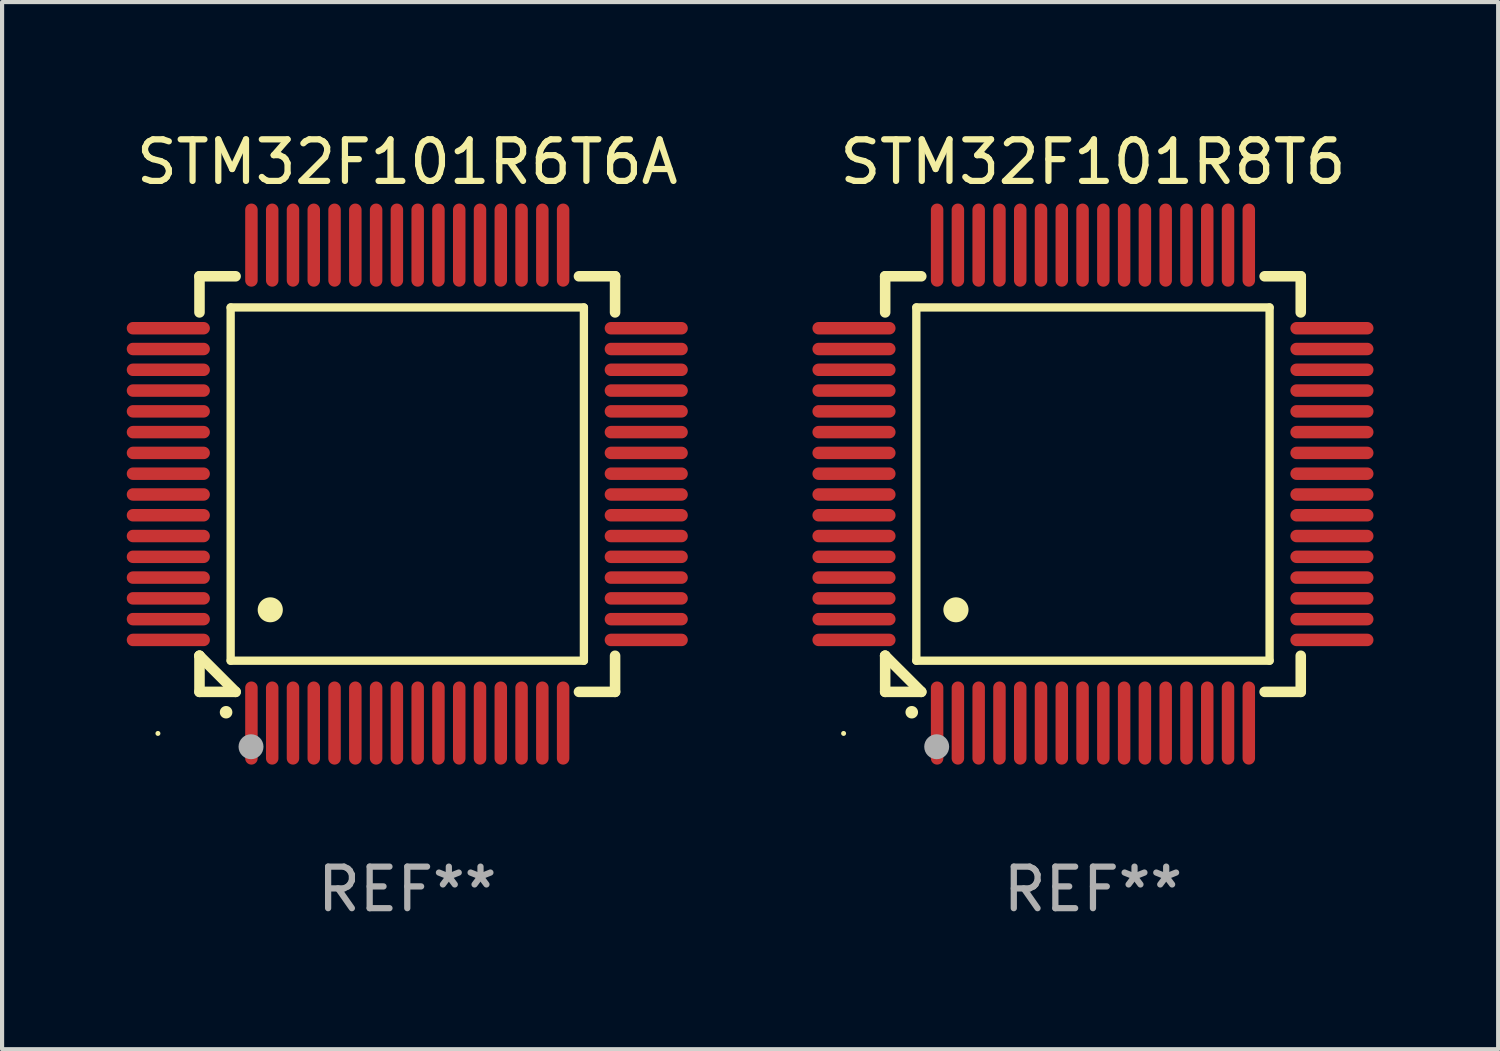
<source format=kicad_pcb>
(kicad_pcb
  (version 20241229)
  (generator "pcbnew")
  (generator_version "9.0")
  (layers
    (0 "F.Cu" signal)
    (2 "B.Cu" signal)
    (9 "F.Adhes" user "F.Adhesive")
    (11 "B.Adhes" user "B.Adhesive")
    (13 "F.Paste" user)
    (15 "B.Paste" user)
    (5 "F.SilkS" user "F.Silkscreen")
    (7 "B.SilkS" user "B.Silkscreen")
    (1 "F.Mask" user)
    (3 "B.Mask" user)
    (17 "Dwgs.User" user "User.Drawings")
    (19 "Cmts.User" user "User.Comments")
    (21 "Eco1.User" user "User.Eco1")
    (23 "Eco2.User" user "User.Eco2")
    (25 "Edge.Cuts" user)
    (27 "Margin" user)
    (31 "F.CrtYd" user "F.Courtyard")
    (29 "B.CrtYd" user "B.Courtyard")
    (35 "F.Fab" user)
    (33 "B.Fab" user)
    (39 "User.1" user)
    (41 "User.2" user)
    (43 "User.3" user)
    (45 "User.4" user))
  (footprint "STM32F101R8T6"
    (layer "F.Cu")
    (at 23.249 8.598)
    (property "Reference" "STM32F101R8T6" (at 0 -7.75 0) (layer "F.SilkS") (effects (font (size 1 1) (thickness 0.15))))
    (attr through_hole)
    (fp_line (start -5 -5) (end -4.131 -5) (stroke (width 0.254) (type solid)) (layer "F.SilkS"))
    (fp_line (start -5 -4.131) (end -5 -5) (stroke (width 0.254) (type solid)) (layer "F.SilkS"))
    (fp_line (start -5 4.131) (end -5 4.131) (stroke (width 0.254) (type solid)) (layer "F.SilkS"))
    (fp_line (start -5 5) (end -5 4.131) (stroke (width 0.254) (type solid)) (layer "F.SilkS"))
    (fp_line (start -5 4.131) (end -4.131 5) (stroke (width 0.254) (type solid)) (layer "F.SilkS"))
    (fp_line (start -4.25 -4.25) (end -4.25 4.25) (stroke (width 0.2) (type solid)) (layer "F.SilkS"))
    (fp_line (start -4.25 4.25) (end 4.25 4.25) (stroke (width 0.2) (type solid)) (layer "F.SilkS"))
    (fp_line (start -4.131 5) (end -5 5) (stroke (width 0.254) (type solid)) (layer "F.SilkS"))
    (fp_line (start 4.25 -4.25) (end -4.25 -4.25) (stroke (width 0.2) (type solid)) (layer "F.SilkS"))
    (fp_line (start 4.25 4.25) (end 4.25 -4.25) (stroke (width 0.2) (type solid)) (layer "F.SilkS"))
    (fp_line (start 5 -5) (end 4.131 -5) (stroke (width 0.254) (type solid)) (layer "F.SilkS"))
    (fp_line (start 5 -5) (end 5 -4.131) (stroke (width 0.254) (type solid)) (layer "F.SilkS"))
    (fp_line (start 5 4.131) (end 5 5) (stroke (width 0.254) (type solid)) (layer "F.SilkS"))
    (fp_line (start 5 5) (end 4.131 5) (stroke (width 0.254) (type solid)) (layer "F.SilkS"))
    (fp_arc (start -4.361265 5.489992) (mid -4.359995 5.489987) (end -4.358725 5.489992) (stroke (width 0.3) (type solid)) (layer "F.SilkS"))
    (fp_arc (start -3.299467 3.025146) (mid -3.296927 3.025135) (end -3.294387 3.025146) (stroke (width 0.6) (type solid)) (layer "F.SilkS"))
    (fp_circle (center -6 6) (end -5.97 6) (stroke (width 0.06) (type solid)) (fill no) (layer "F.SilkS"))
    (fp_circle (center -3.76 6.32) (end -3.61 6.32) (stroke (width 0.3) (type solid)) (fill no) (layer "F.Fab"))
    (fp_text user "REF**" (at 0 9.75 0) (layer "F.Fab") (effects (font (size 1 1) (thickness 0.15))))
    (pad "1" smd oval (at -3.75 5.75) (size 0.3 2) (layers "F.Cu" "F.Mask" "F.Paste"))
    (pad "2" smd oval (at -3.25 5.75) (size 0.3 2) (layers "F.Cu" "F.Mask" "F.Paste"))
    (pad "3" smd oval (at -2.75 5.75) (size 0.3 2) (layers "F.Cu" "F.Mask" "F.Paste"))
    (pad "4" smd oval (at -2.25 5.75) (size 0.3 2) (layers "F.Cu" "F.Mask" "F.Paste"))
    (pad "5" smd oval (at -1.75 5.75) (size 0.3 2) (layers "F.Cu" "F.Mask" "F.Paste"))
    (pad "6" smd oval (at -1.25 5.75) (size 0.3 2) (layers "F.Cu" "F.Mask" "F.Paste"))
    (pad "7" smd oval (at -0.75 5.75) (size 0.3 2) (layers "F.Cu" "F.Mask" "F.Paste"))
    (pad "8" smd oval (at -0.25 5.75) (size 0.3 2) (layers "F.Cu" "F.Mask" "F.Paste"))
    (pad "9" smd oval (at 0.25 5.75) (size 0.3 2) (layers "F.Cu" "F.Mask" "F.Paste"))
    (pad "10" smd oval (at 0.75 5.75) (size 0.3 2) (layers "F.Cu" "F.Mask" "F.Paste"))
    (pad "11" smd oval (at 1.25 5.75) (size 0.3 2) (layers "F.Cu" "F.Mask" "F.Paste"))
    (pad "12" smd oval (at 1.75 5.75) (size 0.3 2) (layers "F.Cu" "F.Mask" "F.Paste"))
    (pad "13" smd oval (at 2.25 5.75) (size 0.3 2) (layers "F.Cu" "F.Mask" "F.Paste"))
    (pad "14" smd oval (at 2.75 5.75) (size 0.3 2) (layers "F.Cu" "F.Mask" "F.Paste"))
    (pad "15" smd oval (at 3.25 5.75) (size 0.3 2) (layers "F.Cu" "F.Mask" "F.Paste"))
    (pad "16" smd oval (at 3.75 5.75) (size 0.3 2) (layers "F.Cu" "F.Mask" "F.Paste"))
    (pad "17" smd oval (at 5.75 3.75) (size 2 0.3) (layers "F.Cu" "F.Mask" "F.Paste"))
    (pad "18" smd oval (at 5.75 3.25) (size 2 0.3) (layers "F.Cu" "F.Mask" "F.Paste"))
    (pad "19" smd oval (at 5.75 2.75) (size 2 0.3) (layers "F.Cu" "F.Mask" "F.Paste"))
    (pad "20" smd oval (at 5.75 2.25) (size 2 0.3) (layers "F.Cu" "F.Mask" "F.Paste"))
    (pad "21" smd oval (at 5.75 1.75) (size 2 0.3) (layers "F.Cu" "F.Mask" "F.Paste"))
    (pad "22" smd oval (at 5.75 1.25) (size 2 0.3) (layers "F.Cu" "F.Mask" "F.Paste"))
    (pad "23" smd oval (at 5.75 0.75) (size 2 0.3) (layers "F.Cu" "F.Mask" "F.Paste"))
    (pad "24" smd oval (at 5.75 0.25) (size 2 0.3) (layers "F.Cu" "F.Mask" "F.Paste"))
    (pad "25" smd oval (at 5.75 -0.25) (size 2 0.3) (layers "F.Cu" "F.Mask" "F.Paste"))
    (pad "26" smd oval (at 5.75 -0.75) (size 2 0.3) (layers "F.Cu" "F.Mask" "F.Paste"))
    (pad "27" smd oval (at 5.75 -1.25) (size 2 0.3) (layers "F.Cu" "F.Mask" "F.Paste"))
    (pad "28" smd oval (at 5.75 -1.75) (size 2 0.3) (layers "F.Cu" "F.Mask" "F.Paste"))
    (pad "29" smd oval (at 5.75 -2.25) (size 2 0.3) (layers "F.Cu" "F.Mask" "F.Paste"))
    (pad "30" smd oval (at 5.75 -2.75) (size 2 0.3) (layers "F.Cu" "F.Mask" "F.Paste"))
    (pad "31" smd oval (at 5.75 -3.25) (size 2 0.3) (layers "F.Cu" "F.Mask" "F.Paste"))
    (pad "32" smd oval (at 5.75 -3.75) (size 2 0.3) (layers "F.Cu" "F.Mask" "F.Paste"))
    (pad "33" smd oval (at 3.75 -5.75) (size 0.3 2) (layers "F.Cu" "F.Mask" "F.Paste"))
    (pad "34" smd oval (at 3.25 -5.75) (size 0.3 2) (layers "F.Cu" "F.Mask" "F.Paste"))
    (pad "35" smd oval (at 2.75 -5.75) (size 0.3 2) (layers "F.Cu" "F.Mask" "F.Paste"))
    (pad "36" smd oval (at 2.25 -5.75) (size 0.3 2) (layers "F.Cu" "F.Mask" "F.Paste"))
    (pad "37" smd oval (at 1.75 -5.75) (size 0.3 2) (layers "F.Cu" "F.Mask" "F.Paste"))
    (pad "38" smd oval (at 1.25 -5.75) (size 0.3 2) (layers "F.Cu" "F.Mask" "F.Paste"))
    (pad "39" smd oval (at 0.75 -5.75) (size 0.3 2) (layers "F.Cu" "F.Mask" "F.Paste"))
    (pad "40" smd oval (at 0.25 -5.75) (size 0.3 2) (layers "F.Cu" "F.Mask" "F.Paste"))
    (pad "41" smd oval (at -0.25 -5.75) (size 0.3 2) (layers "F.Cu" "F.Mask" "F.Paste"))
    (pad "42" smd oval (at -0.75 -5.75) (size 0.3 2) (layers "F.Cu" "F.Mask" "F.Paste"))
    (pad "43" smd oval (at -1.25 -5.75) (size 0.3 2) (layers "F.Cu" "F.Mask" "F.Paste"))
    (pad "44" smd oval (at -1.75 -5.75) (size 0.3 2) (layers "F.Cu" "F.Mask" "F.Paste"))
    (pad "45" smd oval (at -2.25 -5.75) (size 0.3 2) (layers "F.Cu" "F.Mask" "F.Paste"))
    (pad "46" smd oval (at -2.75 -5.75) (size 0.3 2) (layers "F.Cu" "F.Mask" "F.Paste"))
    (pad "47" smd oval (at -3.25 -5.75) (size 0.3 2) (layers "F.Cu" "F.Mask" "F.Paste"))
    (pad "48" smd oval (at -3.75 -5.75) (size 0.3 2) (layers "F.Cu" "F.Mask" "F.Paste"))
    (pad "49" smd oval (at -5.75 -3.75) (size 2 0.3) (layers "F.Cu" "F.Mask" "F.Paste"))
    (pad "50" smd oval (at -5.75 -3.25) (size 2 0.3) (layers "F.Cu" "F.Mask" "F.Paste"))
    (pad "51" smd oval (at -5.75 -2.75) (size 2 0.3) (layers "F.Cu" "F.Mask" "F.Paste"))
    (pad "52" smd oval (at -5.75 -2.25) (size 2 0.3) (layers "F.Cu" "F.Mask" "F.Paste"))
    (pad "53" smd oval (at -5.75 -1.75) (size 2 0.3) (layers "F.Cu" "F.Mask" "F.Paste"))
    (pad "54" smd oval (at -5.75 -1.25) (size 2 0.3) (layers "F.Cu" "F.Mask" "F.Paste"))
    (pad "55" smd oval (at -5.75 -0.75) (size 2 0.3) (layers "F.Cu" "F.Mask" "F.Paste"))
    (pad "56" smd oval (at -5.75 -0.25) (size 2 0.3) (layers "F.Cu" "F.Mask" "F.Paste"))
    (pad "57" smd oval (at -5.75 0.25) (size 2 0.3) (layers "F.Cu" "F.Mask" "F.Paste"))
    (pad "58" smd oval (at -5.75 0.75) (size 2 0.3) (layers "F.Cu" "F.Mask" "F.Paste"))
    (pad "59" smd oval (at -5.75 1.25) (size 2 0.3) (layers "F.Cu" "F.Mask" "F.Paste"))
    (pad "60" smd oval (at -5.75 1.75) (size 2 0.3) (layers "F.Cu" "F.Mask" "F.Paste"))
    (pad "61" smd oval (at -5.75 2.25) (size 2 0.3) (layers "F.Cu" "F.Mask" "F.Paste"))
    (pad "62" smd oval (at -5.75 2.75) (size 2 0.3) (layers "F.Cu" "F.Mask" "F.Paste"))
    (pad "63" smd oval (at -5.75 3.25) (size 2 0.3) (layers "F.Cu" "F.Mask" "F.Paste"))
    (pad "64" smd oval (at -5.75 3.75) (size 2 0.3) (layers "F.Cu" "F.Mask" "F.Paste")))
  (footprint "STM32F101R6T6A"
    (layer "F.Cu")
    (at 6.75 8.598)
    (property "Reference" "STM32F101R6T6A" (at 0 -7.75 0) (layer "F.SilkS") (effects (font (size 1 1) (thickness 0.15))))
    (attr through_hole)
    (fp_line (start -5 -5) (end -4.131 -5) (stroke (width 0.254) (type solid)) (layer "F.SilkS"))
    (fp_line (start -5 -4.131) (end -5 -5) (stroke (width 0.254) (type solid)) (layer "F.SilkS"))
    (fp_line (start -5 4.131) (end -5 4.131) (stroke (width 0.254) (type solid)) (layer "F.SilkS"))
    (fp_line (start -5 5) (end -5 4.131) (stroke (width 0.254) (type solid)) (layer "F.SilkS"))
    (fp_line (start -5 4.131) (end -4.131 5) (stroke (width 0.254) (type solid)) (layer "F.SilkS"))
    (fp_line (start -4.25 -4.25) (end -4.25 4.25) (stroke (width 0.2) (type solid)) (layer "F.SilkS"))
    (fp_line (start -4.25 4.25) (end 4.25 4.25) (stroke (width 0.2) (type solid)) (layer "F.SilkS"))
    (fp_line (start -4.131 5) (end -5 5) (stroke (width 0.254) (type solid)) (layer "F.SilkS"))
    (fp_line (start 4.25 -4.25) (end -4.25 -4.25) (stroke (width 0.2) (type solid)) (layer "F.SilkS"))
    (fp_line (start 4.25 4.25) (end 4.25 -4.25) (stroke (width 0.2) (type solid)) (layer "F.SilkS"))
    (fp_line (start 5 -5) (end 4.131 -5) (stroke (width 0.254) (type solid)) (layer "F.SilkS"))
    (fp_line (start 5 -5) (end 5 -4.131) (stroke (width 0.254) (type solid)) (layer "F.SilkS"))
    (fp_line (start 5 4.131) (end 5 5) (stroke (width 0.254) (type solid)) (layer "F.SilkS"))
    (fp_line (start 5 5) (end 4.131 5) (stroke (width 0.254) (type solid)) (layer "F.SilkS"))
    (fp_arc (start -4.361265 5.489992) (mid -4.359995 5.489987) (end -4.358725 5.489992) (stroke (width 0.3) (type solid)) (layer "F.SilkS"))
    (fp_arc (start -3.299467 3.025146) (mid -3.296927 3.025135) (end -3.294387 3.025146) (stroke (width 0.6) (type solid)) (layer "F.SilkS"))
    (fp_circle (center -6 6) (end -5.97 6) (stroke (width 0.06) (type solid)) (fill no) (layer "F.SilkS"))
    (fp_circle (center -3.76 6.32) (end -3.61 6.32) (stroke (width 0.3) (type solid)) (fill no) (layer "F.Fab"))
    (fp_text user "REF**" (at 0 9.75 0) (layer "F.Fab") (effects (font (size 1 1) (thickness 0.15))))
    (pad "1" smd oval (at -3.75 5.75) (size 0.3 2) (layers "F.Cu" "F.Mask" "F.Paste"))
    (pad "2" smd oval (at -3.25 5.75) (size 0.3 2) (layers "F.Cu" "F.Mask" "F.Paste"))
    (pad "3" smd oval (at -2.75 5.75) (size 0.3 2) (layers "F.Cu" "F.Mask" "F.Paste"))
    (pad "4" smd oval (at -2.25 5.75) (size 0.3 2) (layers "F.Cu" "F.Mask" "F.Paste"))
    (pad "5" smd oval (at -1.75 5.75) (size 0.3 2) (layers "F.Cu" "F.Mask" "F.Paste"))
    (pad "6" smd oval (at -1.25 5.75) (size 0.3 2) (layers "F.Cu" "F.Mask" "F.Paste"))
    (pad "7" smd oval (at -0.75 5.75) (size 0.3 2) (layers "F.Cu" "F.Mask" "F.Paste"))
    (pad "8" smd oval (at -0.25 5.75) (size 0.3 2) (layers "F.Cu" "F.Mask" "F.Paste"))
    (pad "9" smd oval (at 0.25 5.75) (size 0.3 2) (layers "F.Cu" "F.Mask" "F.Paste"))
    (pad "10" smd oval (at 0.75 5.75) (size 0.3 2) (layers "F.Cu" "F.Mask" "F.Paste"))
    (pad "11" smd oval (at 1.25 5.75) (size 0.3 2) (layers "F.Cu" "F.Mask" "F.Paste"))
    (pad "12" smd oval (at 1.75 5.75) (size 0.3 2) (layers "F.Cu" "F.Mask" "F.Paste"))
    (pad "13" smd oval (at 2.25 5.75) (size 0.3 2) (layers "F.Cu" "F.Mask" "F.Paste"))
    (pad "14" smd oval (at 2.75 5.75) (size 0.3 2) (layers "F.Cu" "F.Mask" "F.Paste"))
    (pad "15" smd oval (at 3.25 5.75) (size 0.3 2) (layers "F.Cu" "F.Mask" "F.Paste"))
    (pad "16" smd oval (at 3.75 5.75) (size 0.3 2) (layers "F.Cu" "F.Mask" "F.Paste"))
    (pad "17" smd oval (at 5.75 3.75) (size 2 0.3) (layers "F.Cu" "F.Mask" "F.Paste"))
    (pad "18" smd oval (at 5.75 3.25) (size 2 0.3) (layers "F.Cu" "F.Mask" "F.Paste"))
    (pad "19" smd oval (at 5.75 2.75) (size 2 0.3) (layers "F.Cu" "F.Mask" "F.Paste"))
    (pad "20" smd oval (at 5.75 2.25) (size 2 0.3) (layers "F.Cu" "F.Mask" "F.Paste"))
    (pad "21" smd oval (at 5.75 1.75) (size 2 0.3) (layers "F.Cu" "F.Mask" "F.Paste"))
    (pad "22" smd oval (at 5.75 1.25) (size 2 0.3) (layers "F.Cu" "F.Mask" "F.Paste"))
    (pad "23" smd oval (at 5.75 0.75) (size 2 0.3) (layers "F.Cu" "F.Mask" "F.Paste"))
    (pad "24" smd oval (at 5.75 0.25) (size 2 0.3) (layers "F.Cu" "F.Mask" "F.Paste"))
    (pad "25" smd oval (at 5.75 -0.25) (size 2 0.3) (layers "F.Cu" "F.Mask" "F.Paste"))
    (pad "26" smd oval (at 5.75 -0.75) (size 2 0.3) (layers "F.Cu" "F.Mask" "F.Paste"))
    (pad "27" smd oval (at 5.75 -1.25) (size 2 0.3) (layers "F.Cu" "F.Mask" "F.Paste"))
    (pad "28" smd oval (at 5.75 -1.75) (size 2 0.3) (layers "F.Cu" "F.Mask" "F.Paste"))
    (pad "29" smd oval (at 5.75 -2.25) (size 2 0.3) (layers "F.Cu" "F.Mask" "F.Paste"))
    (pad "30" smd oval (at 5.75 -2.75) (size 2 0.3) (layers "F.Cu" "F.Mask" "F.Paste"))
    (pad "31" smd oval (at 5.75 -3.25) (size 2 0.3) (layers "F.Cu" "F.Mask" "F.Paste"))
    (pad "32" smd oval (at 5.75 -3.75) (size 2 0.3) (layers "F.Cu" "F.Mask" "F.Paste"))
    (pad "33" smd oval (at 3.75 -5.75) (size 0.3 2) (layers "F.Cu" "F.Mask" "F.Paste"))
    (pad "34" smd oval (at 3.25 -5.75) (size 0.3 2) (layers "F.Cu" "F.Mask" "F.Paste"))
    (pad "35" smd oval (at 2.75 -5.75) (size 0.3 2) (layers "F.Cu" "F.Mask" "F.Paste"))
    (pad "36" smd oval (at 2.25 -5.75) (size 0.3 2) (layers "F.Cu" "F.Mask" "F.Paste"))
    (pad "37" smd oval (at 1.75 -5.75) (size 0.3 2) (layers "F.Cu" "F.Mask" "F.Paste"))
    (pad "38" smd oval (at 1.25 -5.75) (size 0.3 2) (layers "F.Cu" "F.Mask" "F.Paste"))
    (pad "39" smd oval (at 0.75 -5.75) (size 0.3 2) (layers "F.Cu" "F.Mask" "F.Paste"))
    (pad "40" smd oval (at 0.25 -5.75) (size 0.3 2) (layers "F.Cu" "F.Mask" "F.Paste"))
    (pad "41" smd oval (at -0.25 -5.75) (size 0.3 2) (layers "F.Cu" "F.Mask" "F.Paste"))
    (pad "42" smd oval (at -0.75 -5.75) (size 0.3 2) (layers "F.Cu" "F.Mask" "F.Paste"))
    (pad "43" smd oval (at -1.25 -5.75) (size 0.3 2) (layers "F.Cu" "F.Mask" "F.Paste"))
    (pad "44" smd oval (at -1.75 -5.75) (size 0.3 2) (layers "F.Cu" "F.Mask" "F.Paste"))
    (pad "45" smd oval (at -2.25 -5.75) (size 0.3 2) (layers "F.Cu" "F.Mask" "F.Paste"))
    (pad "46" smd oval (at -2.75 -5.75) (size 0.3 2) (layers "F.Cu" "F.Mask" "F.Paste"))
    (pad "47" smd oval (at -3.25 -5.75) (size 0.3 2) (layers "F.Cu" "F.Mask" "F.Paste"))
    (pad "48" smd oval (at -3.75 -5.75) (size 0.3 2) (layers "F.Cu" "F.Mask" "F.Paste"))
    (pad "49" smd oval (at -5.75 -3.75) (size 2 0.3) (layers "F.Cu" "F.Mask" "F.Paste"))
    (pad "50" smd oval (at -5.75 -3.25) (size 2 0.3) (layers "F.Cu" "F.Mask" "F.Paste"))
    (pad "51" smd oval (at -5.75 -2.75) (size 2 0.3) (layers "F.Cu" "F.Mask" "F.Paste"))
    (pad "52" smd oval (at -5.75 -2.25) (size 2 0.3) (layers "F.Cu" "F.Mask" "F.Paste"))
    (pad "53" smd oval (at -5.75 -1.75) (size 2 0.3) (layers "F.Cu" "F.Mask" "F.Paste"))
    (pad "54" smd oval (at -5.75 -1.25) (size 2 0.3) (layers "F.Cu" "F.Mask" "F.Paste"))
    (pad "55" smd oval (at -5.75 -0.75) (size 2 0.3) (layers "F.Cu" "F.Mask" "F.Paste"))
    (pad "56" smd oval (at -5.75 -0.25) (size 2 0.3) (layers "F.Cu" "F.Mask" "F.Paste"))
    (pad "57" smd oval (at -5.75 0.25) (size 2 0.3) (layers "F.Cu" "F.Mask" "F.Paste"))
    (pad "58" smd oval (at -5.75 0.75) (size 2 0.3) (layers "F.Cu" "F.Mask" "F.Paste"))
    (pad "59" smd oval (at -5.75 1.25) (size 2 0.3) (layers "F.Cu" "F.Mask" "F.Paste"))
    (pad "60" smd oval (at -5.75 1.75) (size 2 0.3) (layers "F.Cu" "F.Mask" "F.Paste"))
    (pad "61" smd oval (at -5.75 2.25) (size 2 0.3) (layers "F.Cu" "F.Mask" "F.Paste"))
    (pad "62" smd oval (at -5.75 2.75) (size 2 0.3) (layers "F.Cu" "F.Mask" "F.Paste"))
    (pad "63" smd oval (at -5.75 3.25) (size 2 0.3) (layers "F.Cu" "F.Mask" "F.Paste"))
    (pad "64" smd oval (at -5.75 3.75) (size 2 0.3) (layers "F.Cu" "F.Mask" "F.Paste")))
  (gr_rect
    (start -3 -3)
    (end 32.999 22.196)
    (stroke (width 0.1) (type default))
    (fill no)
    (layer "Edge.Cuts")))
</source>
